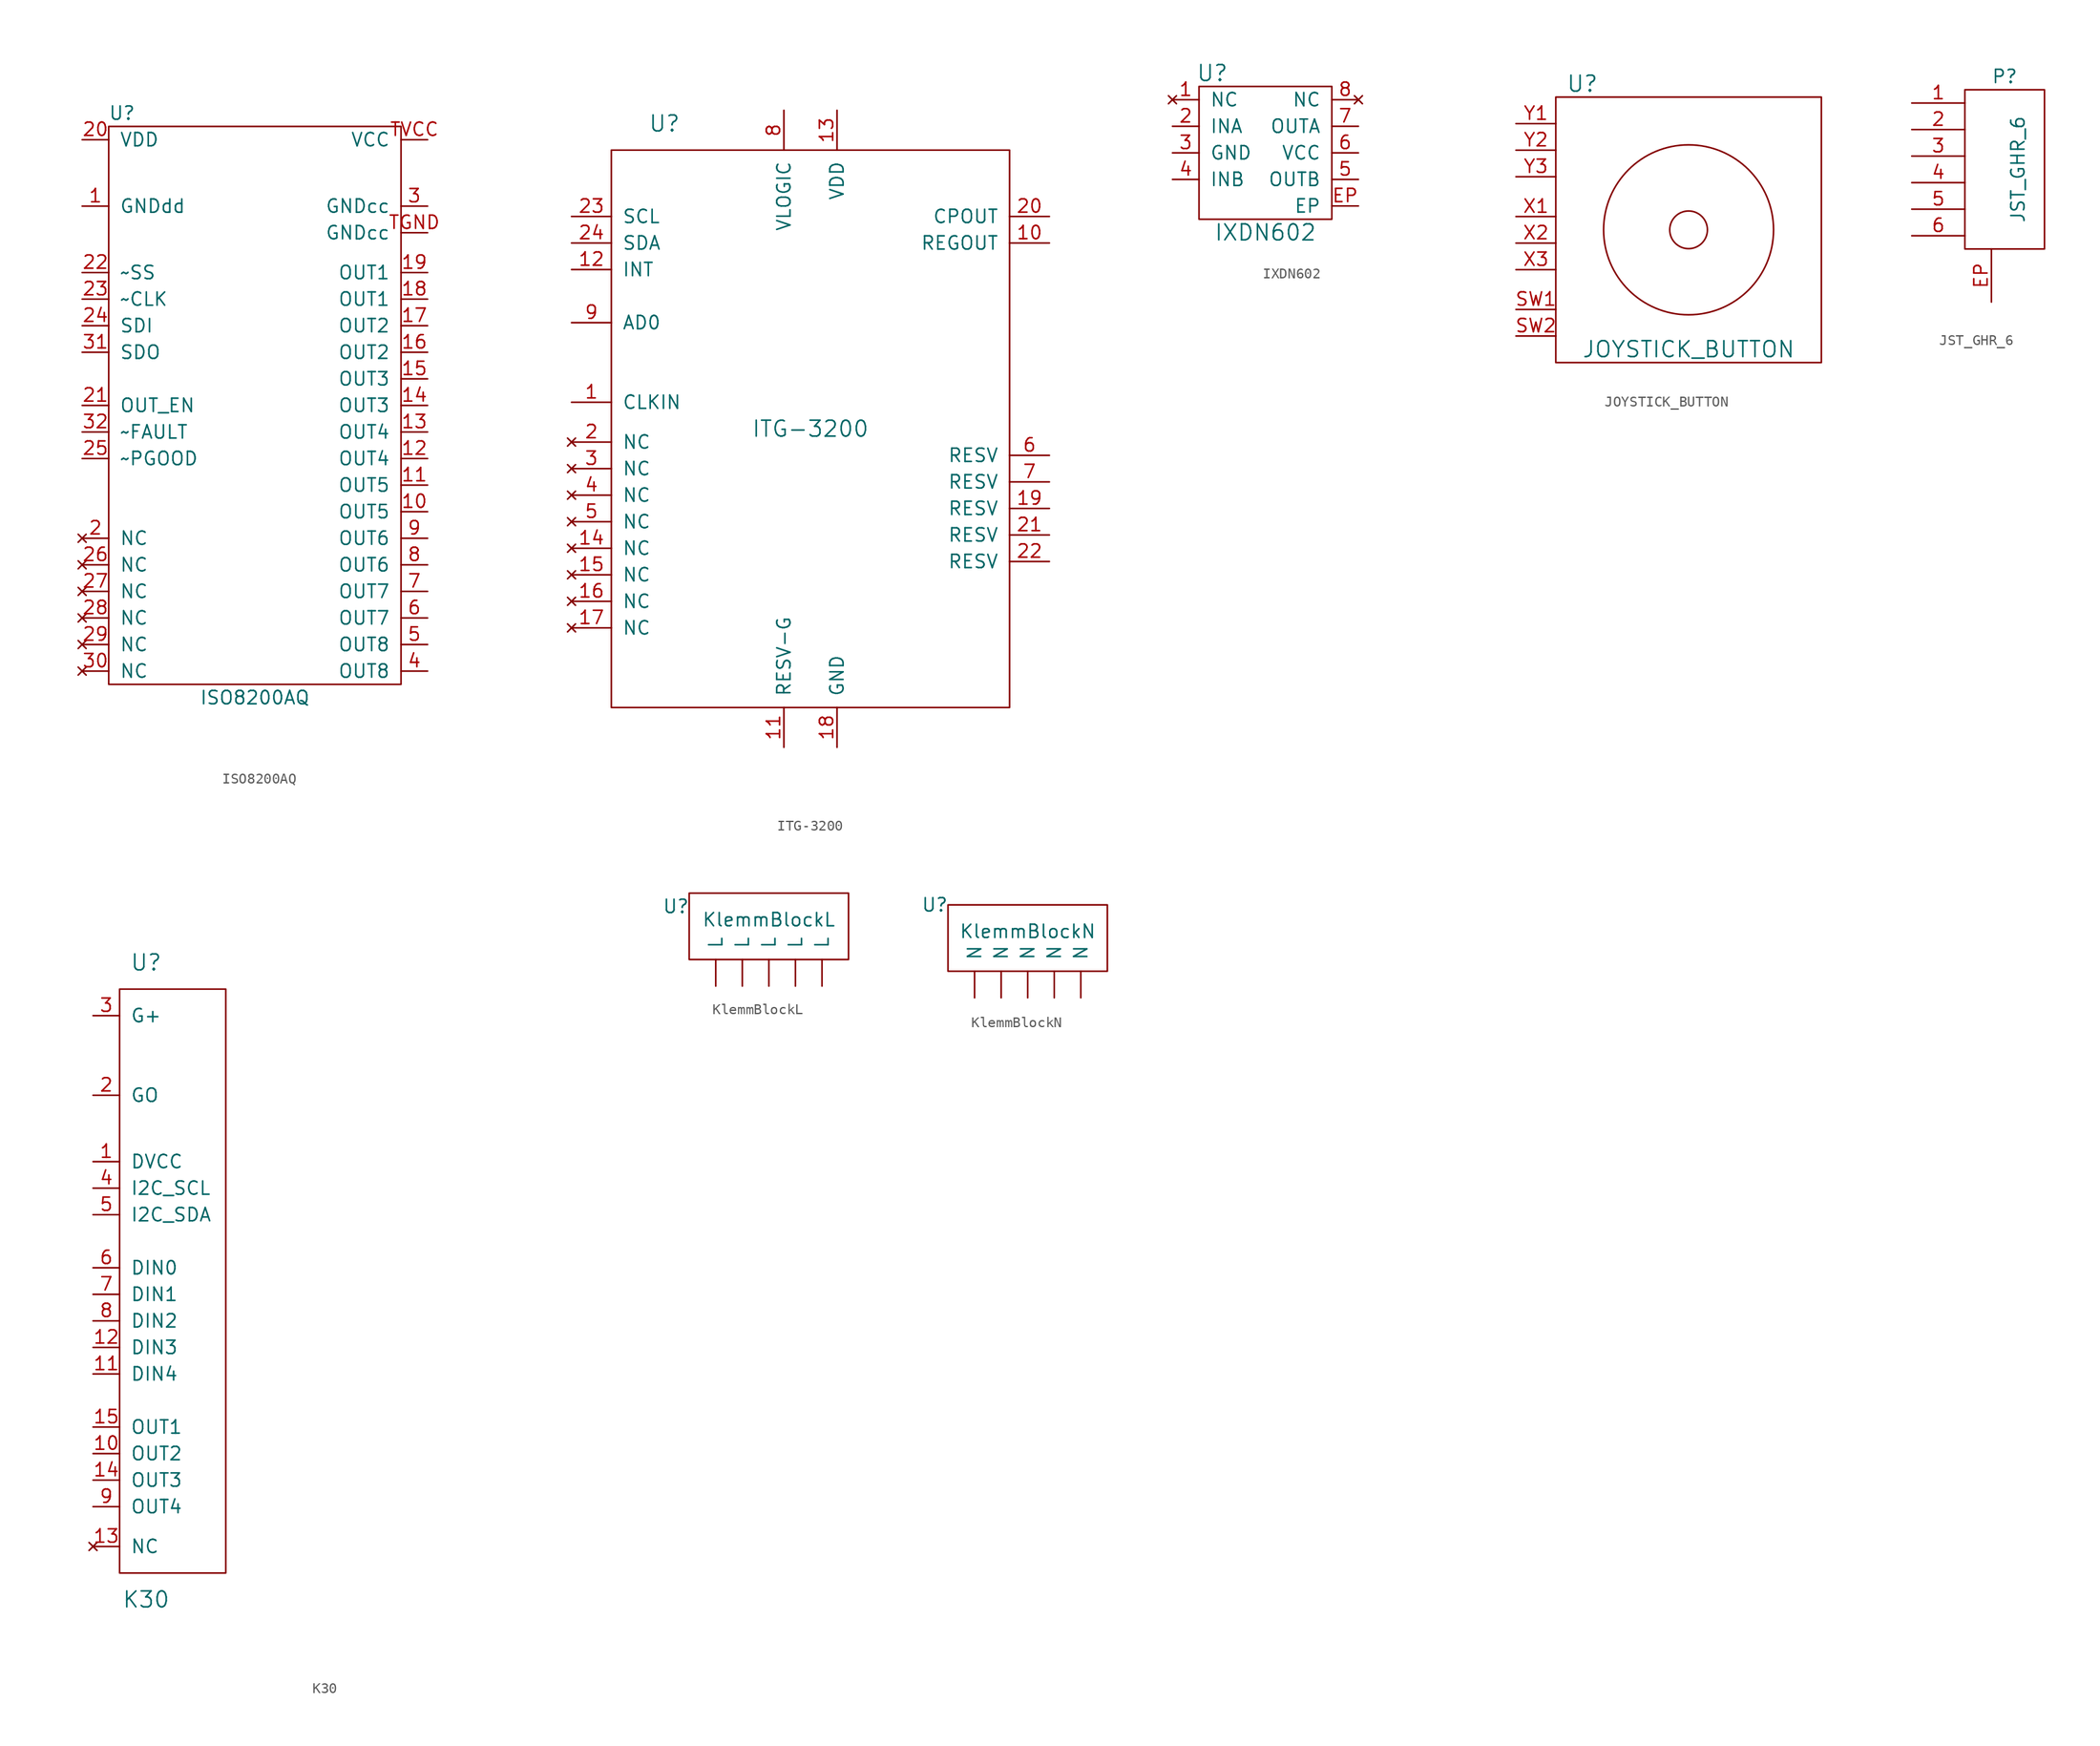
<source format=kicad_sym>
(kicad_symbol_lib
  (version 20210619)
  (generator kicad_symbol_editor)
  (symbol "tinkerforge:ISO8200AQ"
    (pin_names
      (offset 1.016))
    (property "Reference" "U"
      (at -12.7 27.94 0)
      (effects (font (size 1.27 1.27))))
    (property "Value" "ISO8200AQ"
      (at 0 -27.94 0)
      (effects (font (size 1.27 1.27))))
    (symbol "ISO8200AQ_0_1"
      (rectangle (start -13.97 26.67) (end 13.97 -26.67) (stroke (width 0)) (fill (type none))))
    (symbol "ISO8200AQ_1_1"
      (pin passive line (at -16.51 19.05 0) (length 2.54) (name "GNDdd" (effects (font (size 1.27 1.27)))) (number "1" (effects (font (size 1.27 1.27)))))
      (pin passive line (at 16.51 -10.16 180) (length 2.54) (name "OUT5" (effects (font (size 1.27 1.27)))) (number "10" (effects (font (size 1.27 1.27)))))
      (pin passive line (at 16.51 -7.62 180) (length 2.54) (name "OUT5" (effects (font (size 1.27 1.27)))) (number "11" (effects (font (size 1.27 1.27)))))
      (pin passive line (at 16.51 -5.08 180) (length 2.54) (name "OUT4" (effects (font (size 1.27 1.27)))) (number "12" (effects (font (size 1.27 1.27)))))
      (pin passive line (at 16.51 -2.54 180) (length 2.54) (name "OUT4" (effects (font (size 1.27 1.27)))) (number "13" (effects (font (size 1.27 1.27)))))
      (pin passive line (at 16.51 0 180) (length 2.54) (name "OUT3" (effects (font (size 1.27 1.27)))) (number "14" (effects (font (size 1.27 1.27)))))
      (pin passive line (at 16.51 2.54 180) (length 2.54) (name "OUT3" (effects (font (size 1.27 1.27)))) (number "15" (effects (font (size 1.27 1.27)))))
      (pin passive line (at 16.51 5.08 180) (length 2.54) (name "OUT2" (effects (font (size 1.27 1.27)))) (number "16" (effects (font (size 1.27 1.27)))))
      (pin passive line (at 16.51 7.62 180) (length 2.54) (name "OUT2" (effects (font (size 1.27 1.27)))) (number "17" (effects (font (size 1.27 1.27)))))
      (pin passive line (at 16.51 10.16 180) (length 2.54) (name "OUT1" (effects (font (size 1.27 1.27)))) (number "18" (effects (font (size 1.27 1.27)))))
      (pin passive line (at 16.51 12.7 180) (length 2.54) (name "OUT1" (effects (font (size 1.27 1.27)))) (number "19" (effects (font (size 1.27 1.27)))))
      (pin no_connect line (at -16.51 -12.7 0) (length 2.54) (name "NC" (effects (font (size 1.27 1.27)))) (number "2" (effects (font (size 1.27 1.27)))))
      (pin passive line (at -16.51 25.4 0) (length 2.54) (name "VDD" (effects (font (size 1.27 1.27)))) (number "20" (effects (font (size 1.27 1.27)))))
      (pin passive line (at -16.51 0 0) (length 2.54) (name "OUT_EN" (effects (font (size 1.27 1.27)))) (number "21" (effects (font (size 1.27 1.27)))))
      (pin passive line (at -16.51 12.7 0) (length 2.54) (name "~SS" (effects (font (size 1.27 1.27)))) (number "22" (effects (font (size 1.27 1.27)))))
      (pin passive line (at -16.51 10.16 0) (length 2.54) (name "~CLK" (effects (font (size 1.27 1.27)))) (number "23" (effects (font (size 1.27 1.27)))))
      (pin passive line (at -16.51 7.62 0) (length 2.54) (name "SDI" (effects (font (size 1.27 1.27)))) (number "24" (effects (font (size 1.27 1.27)))))
      (pin passive line (at -16.51 -5.08 0) (length 2.54) (name "~PGOOD" (effects (font (size 1.27 1.27)))) (number "25" (effects (font (size 1.27 1.27)))))
      (pin no_connect line (at -16.51 -15.24 0) (length 2.54) (name "NC" (effects (font (size 1.27 1.27)))) (number "26" (effects (font (size 1.27 1.27)))))
      (pin no_connect line (at -16.51 -17.78 0) (length 2.54) (name "NC" (effects (font (size 1.27 1.27)))) (number "27" (effects (font (size 1.27 1.27)))))
      (pin no_connect line (at -16.51 -20.32 0) (length 2.54) (name "NC" (effects (font (size 1.27 1.27)))) (number "28" (effects (font (size 1.27 1.27)))))
      (pin no_connect line (at -16.51 -22.86 0) (length 2.54) (name "NC" (effects (font (size 1.27 1.27)))) (number "29" (effects (font (size 1.27 1.27)))))
      (pin passive line (at 16.51 19.05 180) (length 2.54) (name "GNDcc" (effects (font (size 1.27 1.27)))) (number "3" (effects (font (size 1.27 1.27)))))
      (pin no_connect line (at -16.51 -25.4 0) (length 2.54) (name "NC" (effects (font (size 1.27 1.27)))) (number "30" (effects (font (size 1.27 1.27)))))
      (pin passive line (at -16.51 5.08 0) (length 2.54) (name "SDO" (effects (font (size 1.27 1.27)))) (number "31" (effects (font (size 1.27 1.27)))))
      (pin passive line (at -16.51 -2.54 0) (length 2.54) (name "~FAULT" (effects (font (size 1.27 1.27)))) (number "32" (effects (font (size 1.27 1.27)))))
      (pin passive line (at 16.51 -25.4 180) (length 2.54) (name "OUT8" (effects (font (size 1.27 1.27)))) (number "4" (effects (font (size 1.27 1.27)))))
      (pin passive line (at 16.51 -22.86 180) (length 2.54) (name "OUT8" (effects (font (size 1.27 1.27)))) (number "5" (effects (font (size 1.27 1.27)))))
      (pin passive line (at 16.51 -20.32 180) (length 2.54) (name "OUT7" (effects (font (size 1.27 1.27)))) (number "6" (effects (font (size 1.27 1.27)))))
      (pin passive line (at 16.51 -17.78 180) (length 2.54) (name "OUT7" (effects (font (size 1.27 1.27)))) (number "7" (effects (font (size 1.27 1.27)))))
      (pin passive line (at 16.51 -15.24 180) (length 2.54) (name "OUT6" (effects (font (size 1.27 1.27)))) (number "8" (effects (font (size 1.27 1.27)))))
      (pin passive line (at 16.51 -12.7 180) (length 2.54) (name "OUT6" (effects (font (size 1.27 1.27)))) (number "9" (effects (font (size 1.27 1.27)))))
      (pin passive line (at 16.51 16.51 180) (length 2.54) (name "GNDcc" (effects (font (size 1.27 1.27)))) (number "TGND" (effects (font (size 1.27 1.27)))))
      (pin passive line (at 16.51 25.4 180) (length 2.54) (name "VCC" (effects (font (size 1.27 1.27)))) (number "TVCC" (effects (font (size 1.27 1.27)))))))
  (symbol "tinkerforge:ITG-3200"
    (pin_names
      (offset 1.016))
    (property "Reference" "U"
      (at -13.97 29.21 0)
      (effects (font (size 1.524 1.524))))
    (property "Value" "ITG-3200"
      (at 0 0 0)
      (effects (font (size 1.524 1.524))))
    (property "Footprint" ""
      (at 0 0 0)
      (effects (font (size 1.524 1.524))))
    (property "Datasheet" ""
      (at 0 0 0)
      (effects (font (size 1.524 1.524))))
    (symbol "ITG-3200_0_1"
      (rectangle (start -19.05 26.67) (end 19.05 -26.67) (stroke (width 0)) (fill (type none))))
    (symbol "ITG-3200_1_1"
      (pin passive line (at -22.86 2.54 0) (length 3.81) (name "CLKIN" (effects (font (size 1.27 1.27)))) (number "1" (effects (font (size 1.27 1.27)))))
      (pin passive line (at 22.86 17.78 180) (length 3.81) (name "REGOUT" (effects (font (size 1.27 1.27)))) (number "10" (effects (font (size 1.27 1.27)))))
      (pin passive line (at -2.54 -30.48 90) (length 3.81) (name "RESV-G" (effects (font (size 1.27 1.27)))) (number "11" (effects (font (size 1.27 1.27)))))
      (pin passive line (at -22.86 15.24 0) (length 3.81) (name "INT" (effects (font (size 1.27 1.27)))) (number "12" (effects (font (size 1.27 1.27)))))
      (pin passive line (at 2.54 30.48 270) (length 3.81) (name "VDD" (effects (font (size 1.27 1.27)))) (number "13" (effects (font (size 1.27 1.27)))))
      (pin no_connect line (at -22.86 -11.43 0) (length 3.81) (name "NC" (effects (font (size 1.27 1.27)))) (number "14" (effects (font (size 1.27 1.27)))))
      (pin no_connect line (at -22.86 -13.97 0) (length 3.81) (name "NC" (effects (font (size 1.27 1.27)))) (number "15" (effects (font (size 1.27 1.27)))))
      (pin no_connect line (at -22.86 -16.51 0) (length 3.81) (name "NC" (effects (font (size 1.27 1.27)))) (number "16" (effects (font (size 1.27 1.27)))))
      (pin no_connect line (at -22.86 -19.05 0) (length 3.81) (name "NC" (effects (font (size 1.27 1.27)))) (number "17" (effects (font (size 1.27 1.27)))))
      (pin passive line (at 2.54 -30.48 90) (length 3.81) (name "GND" (effects (font (size 1.27 1.27)))) (number "18" (effects (font (size 1.27 1.27)))))
      (pin passive line (at 22.86 -7.62 180) (length 3.81) (name "RESV" (effects (font (size 1.27 1.27)))) (number "19" (effects (font (size 1.27 1.27)))))
      (pin no_connect line (at -22.86 -1.27 0) (length 3.81) (name "NC" (effects (font (size 1.27 1.27)))) (number "2" (effects (font (size 1.27 1.27)))))
      (pin passive line (at 22.86 20.32 180) (length 3.81) (name "CPOUT" (effects (font (size 1.27 1.27)))) (number "20" (effects (font (size 1.27 1.27)))))
      (pin passive line (at 22.86 -10.16 180) (length 3.81) (name "RESV" (effects (font (size 1.27 1.27)))) (number "21" (effects (font (size 1.27 1.27)))))
      (pin passive line (at 22.86 -12.7 180) (length 3.81) (name "RESV" (effects (font (size 1.27 1.27)))) (number "22" (effects (font (size 1.27 1.27)))))
      (pin passive line (at -22.86 20.32 0) (length 3.81) (name "SCL" (effects (font (size 1.27 1.27)))) (number "23" (effects (font (size 1.27 1.27)))))
      (pin passive line (at -22.86 17.78 0) (length 3.81) (name "SDA" (effects (font (size 1.27 1.27)))) (number "24" (effects (font (size 1.27 1.27)))))
      (pin no_connect line (at -22.86 -3.81 0) (length 3.81) (name "NC" (effects (font (size 1.27 1.27)))) (number "3" (effects (font (size 1.27 1.27)))))
      (pin no_connect line (at -22.86 -6.35 0) (length 3.81) (name "NC" (effects (font (size 1.27 1.27)))) (number "4" (effects (font (size 1.27 1.27)))))
      (pin no_connect line (at -22.86 -8.89 0) (length 3.81) (name "NC" (effects (font (size 1.27 1.27)))) (number "5" (effects (font (size 1.27 1.27)))))
      (pin passive line (at 22.86 -2.54 180) (length 3.81) (name "RESV" (effects (font (size 1.27 1.27)))) (number "6" (effects (font (size 1.27 1.27)))))
      (pin passive line (at 22.86 -5.08 180) (length 3.81) (name "RESV" (effects (font (size 1.27 1.27)))) (number "7" (effects (font (size 1.27 1.27)))))
      (pin passive line (at -2.54 30.48 270) (length 3.81) (name "VLOGIC" (effects (font (size 1.27 1.27)))) (number "8" (effects (font (size 1.27 1.27)))))
      (pin passive line (at -22.86 10.16 0) (length 3.81) (name "AD0" (effects (font (size 1.27 1.27)))) (number "9" (effects (font (size 1.27 1.27)))))))
  (symbol "tinkerforge:IXDN602"
    (pin_names
      (offset 1.016))
    (property "Reference" "U"
      (at -5.08 6.35 0)
      (effects (font (size 1.524 1.524))))
    (property "Value" "IXDN602"
      (at 0 -8.89 0)
      (effects (font (size 1.524 1.524))))
    (property "Footprint" ""
      (at 13.97 -5.08 0)
      (effects (font (size 1.524 1.524))))
    (property "Datasheet" ""
      (at 13.97 -5.08 0)
      (effects (font (size 1.524 1.524))))
    (symbol "IXDN602_0_1"
      (rectangle (start -6.35 5.08) (end 6.35 -7.62) (stroke (width 0)) (fill (type none))))
    (symbol "IXDN602_1_1"
      (pin no_connect line (at -8.89 3.81 0) (length 2.54) (name "NC" (effects (font (size 1.27 1.27)))) (number "1" (effects (font (size 1.27 1.27)))))
      (pin input line (at -8.89 1.27 0) (length 2.54) (name "INA" (effects (font (size 1.27 1.27)))) (number "2" (effects (font (size 1.27 1.27)))))
      (pin passive line (at -8.89 -1.27 0) (length 2.54) (name "GND" (effects (font (size 1.27 1.27)))) (number "3" (effects (font (size 1.27 1.27)))))
      (pin input line (at -8.89 -3.81 0) (length 2.54) (name "INB" (effects (font (size 1.27 1.27)))) (number "4" (effects (font (size 1.27 1.27)))))
      (pin output line (at 8.89 -3.81 180) (length 2.54) (name "OUTB" (effects (font (size 1.27 1.27)))) (number "5" (effects (font (size 1.27 1.27)))))
      (pin passive line (at 8.89 -1.27 180) (length 2.54) (name "VCC" (effects (font (size 1.27 1.27)))) (number "6" (effects (font (size 1.27 1.27)))))
      (pin output line (at 8.89 1.27 180) (length 2.54) (name "OUTA" (effects (font (size 1.27 1.27)))) (number "7" (effects (font (size 1.27 1.27)))))
      (pin no_connect line (at 8.89 3.81 180) (length 2.54) (name "NC" (effects (font (size 1.27 1.27)))) (number "8" (effects (font (size 1.27 1.27)))))
      (pin passive line (at 8.89 -6.35 180) (length 2.54) (name "EP" (effects (font (size 1.27 1.27)))) (number "EP" (effects (font (size 1.27 1.27)))))))
  (symbol "tinkerforge:JOYSTICK_BUTTON"
    (pin_names
      (offset 1.016))
    (property "Reference" "U"
      (at -10.16 13.97 0)
      (effects (font (size 1.524 1.524))))
    (property "Value" "JOYSTICK_BUTTON"
      (at 0 -11.43 0)
      (effects (font (size 1.524 1.524))))
    (property "Footprint" ""
      (at 0 0 0)
      (effects (font (size 1.524 1.524))))
    (property "Datasheet" ""
      (at 0 0 0)
      (effects (font (size 1.524 1.524))))
    (symbol "JOYSTICK_BUTTON_0_1"
      (circle (center 0 0) (radius 1.803) (stroke (width 0)) (fill (type none)))
      (circle (center 0 0) (radius 8.128) (stroke (width 0)) (fill (type none)))
      (rectangle (start -12.7 12.7) (end 12.7 -12.7) (stroke (width 0)) (fill (type none))))
    (symbol "JOYSTICK_BUTTON_1_1"
      (pin passive line (at -16.51 -7.62 0) (length 3.81) (name "~" (effects (font (size 1.27 1.27)))) (number "SW1" (effects (font (size 1.27 1.27)))))
      (pin passive line (at -16.51 -10.16 0) (length 3.81) (name "~" (effects (font (size 1.27 1.27)))) (number "SW2" (effects (font (size 1.27 1.27)))))
      (pin passive line (at -16.51 1.27 0) (length 3.81) (name "~" (effects (font (size 1.27 1.27)))) (number "X1" (effects (font (size 1.27 1.27)))))
      (pin passive line (at -16.51 -1.27 0) (length 3.81) (name "~" (effects (font (size 1.27 1.27)))) (number "X2" (effects (font (size 1.27 1.27)))))
      (pin passive line (at -16.51 -3.81 0) (length 3.81) (name "~" (effects (font (size 1.27 1.27)))) (number "X3" (effects (font (size 1.27 1.27)))))
      (pin passive line (at -16.51 10.16 0) (length 3.81) (name "~" (effects (font (size 1.27 1.27)))) (number "Y1" (effects (font (size 1.27 1.27)))))
      (pin passive line (at -16.51 7.62 0) (length 3.81) (name "~" (effects (font (size 1.27 1.27)))) (number "Y2" (effects (font (size 1.27 1.27)))))
      (pin passive line (at -16.51 5.08 0) (length 3.81) (name "~" (effects (font (size 1.27 1.27)))) (number "Y3" (effects (font (size 1.27 1.27)))))))
  (symbol "tinkerforge:JST_GHR_6"
    (pin_names
      (offset 1.016))
    (property "Reference" "P"
      (at 0 8.89 0)
      (effects (font (size 1.27 1.27))))
    (property "Value" "JST_GHR_6"
      (at 1.27 0 90)
      (effects (font (size 1.27 1.27))))
    (symbol "JST_GHR_6_0_1"
      (rectangle (start -3.81 -7.62) (end 3.81 7.62) (stroke (width 0)) (fill (type none))))
    (symbol "JST_GHR_6_1_1"
      (pin passive line (at -8.89 6.35 0) (length 5.08) (name "~" (effects (font (size 1.27 1.27)))) (number "1" (effects (font (size 1.27 1.27)))))
      (pin passive line (at -8.89 3.81 0) (length 5.08) (name "~" (effects (font (size 1.27 1.27)))) (number "2" (effects (font (size 1.27 1.27)))))
      (pin passive line (at -8.89 1.27 0) (length 5.08) (name "~" (effects (font (size 1.27 1.27)))) (number "3" (effects (font (size 1.27 1.27)))))
      (pin passive line (at -8.89 -1.27 0) (length 5.08) (name "~" (effects (font (size 1.27 1.27)))) (number "4" (effects (font (size 1.27 1.27)))))
      (pin passive line (at -8.89 -3.81 0) (length 5.08) (name "~" (effects (font (size 1.27 1.27)))) (number "5" (effects (font (size 1.27 1.27)))))
      (pin passive line (at -8.89 -6.35 0) (length 5.08) (name "~" (effects (font (size 1.27 1.27)))) (number "6" (effects (font (size 1.27 1.27)))))
      (pin passive line (at -1.27 -12.7 90) (length 5.08) (name "~" (effects (font (size 1.27 1.27)))) (number "EP" (effects (font (size 1.27 1.27)))))))
  (symbol "tinkerforge:K30"
    (pin_names
      (offset 1.016))
    (property "Reference" "U"
      (at -5.08 30.48 0)
      (effects (font (size 1.524 1.524))))
    (property "Value" "K30"
      (at -5.08 -30.48 0)
      (effects (font (size 1.524 1.524))))
    (property "Footprint" ""
      (at 34.29 22.86 0)
      (effects (font (size 1.524 1.524))))
    (property "Datasheet" ""
      (at 34.29 22.86 0)
      (effects (font (size 1.524 1.524))))
    (symbol "K30_0_1"
      (rectangle (start -7.62 27.94) (end 2.54 -27.94) (stroke (width 0)) (fill (type none))))
    (symbol "K30_1_1"
      (pin input line (at -10.16 11.43 0) (length 2.54) (name "DVCC" (effects (font (size 1.27 1.27)))) (number "1" (effects (font (size 1.27 1.27)))))
      (pin input line (at -10.16 -16.51 0) (length 2.54) (name "OUT2" (effects (font (size 1.27 1.27)))) (number "10" (effects (font (size 1.27 1.27)))))
      (pin input line (at -10.16 -8.89 0) (length 2.54) (name "DIN4" (effects (font (size 1.27 1.27)))) (number "11" (effects (font (size 1.27 1.27)))))
      (pin input line (at -10.16 -6.35 0) (length 2.54) (name "DIN3" (effects (font (size 1.27 1.27)))) (number "12" (effects (font (size 1.27 1.27)))))
      (pin no_connect line (at -10.16 -25.4 0) (length 2.54) (name "NC" (effects (font (size 1.27 1.27)))) (number "13" (effects (font (size 1.27 1.27)))))
      (pin input line (at -10.16 -19.05 0) (length 2.54) (name "OUT3" (effects (font (size 1.27 1.27)))) (number "14" (effects (font (size 1.27 1.27)))))
      (pin input line (at -10.16 -13.97 0) (length 2.54) (name "OUT1" (effects (font (size 1.27 1.27)))) (number "15" (effects (font (size 1.27 1.27)))))
      (pin input line (at -10.16 17.78 0) (length 2.54) (name "GO" (effects (font (size 1.27 1.27)))) (number "2" (effects (font (size 1.27 1.27)))))
      (pin input line (at -10.16 25.4 0) (length 2.54) (name "G+" (effects (font (size 1.27 1.27)))) (number "3" (effects (font (size 1.27 1.27)))))
      (pin input line (at -10.16 8.89 0) (length 2.54) (name "I2C_SCL" (effects (font (size 1.27 1.27)))) (number "4" (effects (font (size 1.27 1.27)))))
      (pin input line (at -10.16 6.35 0) (length 2.54) (name "I2C_SDA" (effects (font (size 1.27 1.27)))) (number "5" (effects (font (size 1.27 1.27)))))
      (pin input line (at -10.16 1.27 0) (length 2.54) (name "DIN0" (effects (font (size 1.27 1.27)))) (number "6" (effects (font (size 1.27 1.27)))))
      (pin input line (at -10.16 -1.27 0) (length 2.54) (name "DIN1" (effects (font (size 1.27 1.27)))) (number "7" (effects (font (size 1.27 1.27)))))
      (pin input line (at -10.16 -3.81 0) (length 2.54) (name "DIN2" (effects (font (size 1.27 1.27)))) (number "8" (effects (font (size 1.27 1.27)))))
      (pin input line (at -10.16 -21.59 0) (length 2.54) (name "OUT4" (effects (font (size 1.27 1.27)))) (number "9" (effects (font (size 1.27 1.27)))))))
  (symbol "tinkerforge:KlemmBlockL"
    (pin_names
      (offset 1.016))
    (property "Reference" "U"
      (at -8.89 5.08 0)
      (effects (font (size 1.27 1.27))))
    (property "Value" "KlemmBlockL"
      (at 0 3.81 0)
      (effects (font (size 1.27 1.27))))
    (symbol "KlemmBlockL_0_0"
      (rectangle (start -7.62 0) (end 7.62 6.35) (stroke (width 0)) (fill (type none))))
    (symbol "KlemmBlockL_1_1"
      (pin output line (at -5.08 -2.54 90) (length 2.54) (name "L" (effects (font (size 1.27 1.27)))) (number "~" (effects (font (size 1.27 1.27)))))
      (pin output line (at -2.54 -2.54 90) (length 2.54) (name "L" (effects (font (size 1.27 1.27)))) (number "~" (effects (font (size 1.27 1.27)))))
      (pin output line (at 0 -2.54 90) (length 2.54) (name "L" (effects (font (size 1.27 1.27)))) (number "~" (effects (font (size 1.27 1.27)))))
      (pin output line (at 2.54 -2.54 90) (length 2.54) (name "L" (effects (font (size 1.27 1.27)))) (number "~" (effects (font (size 1.27 1.27)))))
      (pin output line (at 5.08 -2.54 90) (length 2.54) (name "L" (effects (font (size 1.27 1.27)))) (number "~" (effects (font (size 1.27 1.27)))))))
  (symbol "tinkerforge:KlemmBlockN"
    (pin_names
      (offset 1.016))
    (property "Reference" "U"
      (at -8.89 6.35 0)
      (effects (font (size 1.27 1.27))))
    (property "Value" "KlemmBlockN"
      (at 0 3.81 0)
      (effects (font (size 1.27 1.27))))
    (symbol "KlemmBlockN_0_0"
      (rectangle (start -7.62 6.35) (end 7.62 0) (stroke (width 0)) (fill (type none))))
    (symbol "KlemmBlockN_1_1"
      (pin output line (at -5.08 -2.54 90) (length 2.54) (name "N" (effects (font (size 1.27 1.27)))) (number "~" (effects (font (size 1.27 1.27)))))
      (pin output line (at -2.54 -2.54 90) (length 2.54) (name "N" (effects (font (size 1.27 1.27)))) (number "~" (effects (font (size 1.27 1.27)))))
      (pin output line (at 0 -2.54 90) (length 2.54) (name "N" (effects (font (size 1.27 1.27)))) (number "~" (effects (font (size 1.27 1.27)))))
      (pin output line (at 2.54 -2.54 90) (length 2.54) (name "N" (effects (font (size 1.27 1.27)))) (number "~" (effects (font (size 1.27 1.27)))))
      (pin output line (at 5.08 -2.54 90) (length 2.54) (name "N" (effects (font (size 1.27 1.27)))) (number "~" (effects (font (size 1.27 1.27))))))))
</source>
